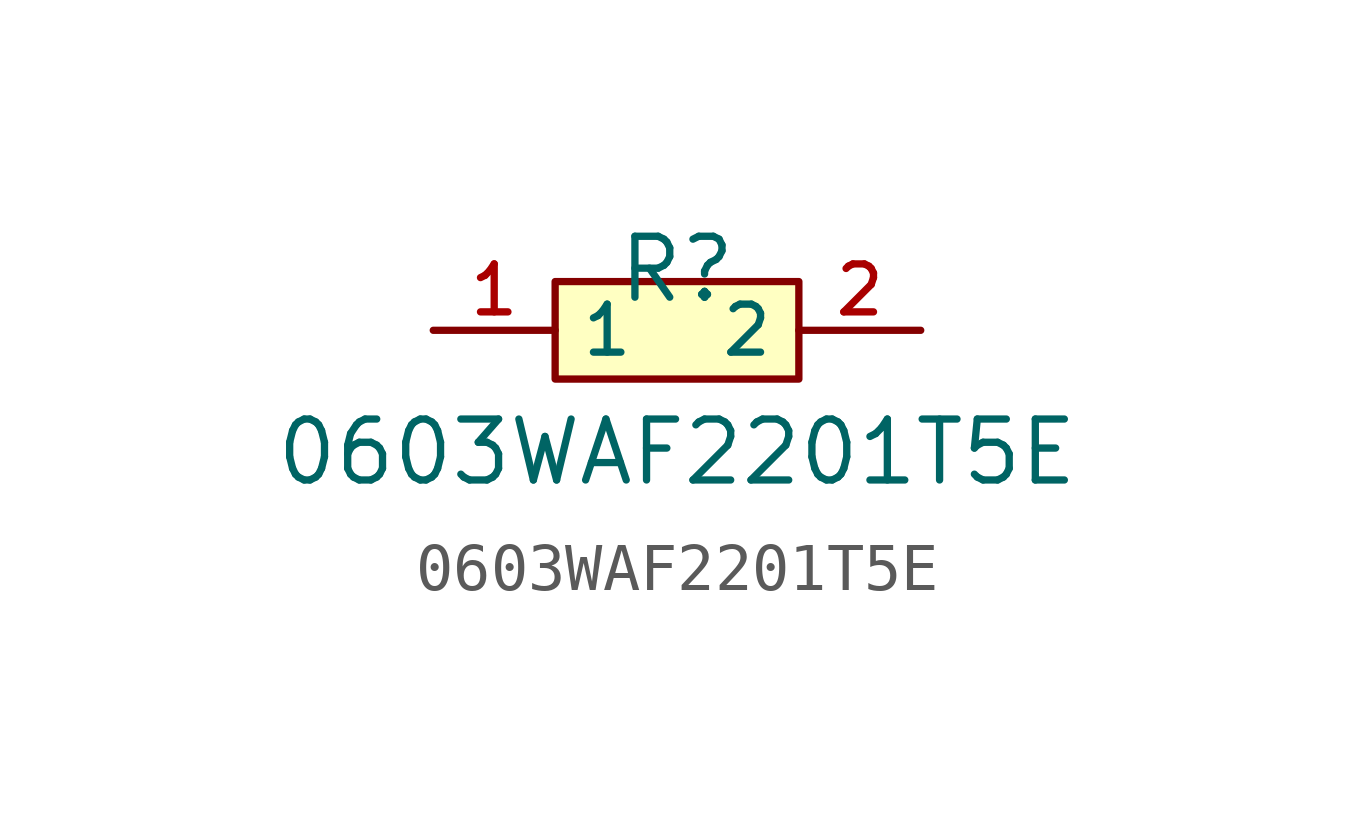
<source format=kicad_sym>
(kicad_symbol_lib
  (version 20210201)
  (generator TousstNicolas/JLC2KiCad_lib)
  (symbol "0603WAF2201T5E"
    (property "Reference" "R"
      (at 0 1.27 0)
      (effects (font (size 1.27 1.27))))
    (property "Value" "0603WAF2201T5E"
      (at 0 -2.54 0)
      (effects (font (size 1.27 1.27))))
    (symbol "0603WAF2201T5E_0_1"
      (pin input line (at 5.08 -0.0 180) (length 2.54) (name "2" (effects (font (size 1 1)))) (number "2" (effects (font (size 1 1)))))
      (pin input line (at -5.08 -0.0 0) (length 2.54) (name "1" (effects (font (size 1 1)))) (number "1" (effects (font (size 1 1)))))
      (rectangle (start -2.54 1.016) (end 2.54 -1.016) (stroke (width 0) (type default) (color 0 0 0 0)) (fill (type background))))))
</source>
